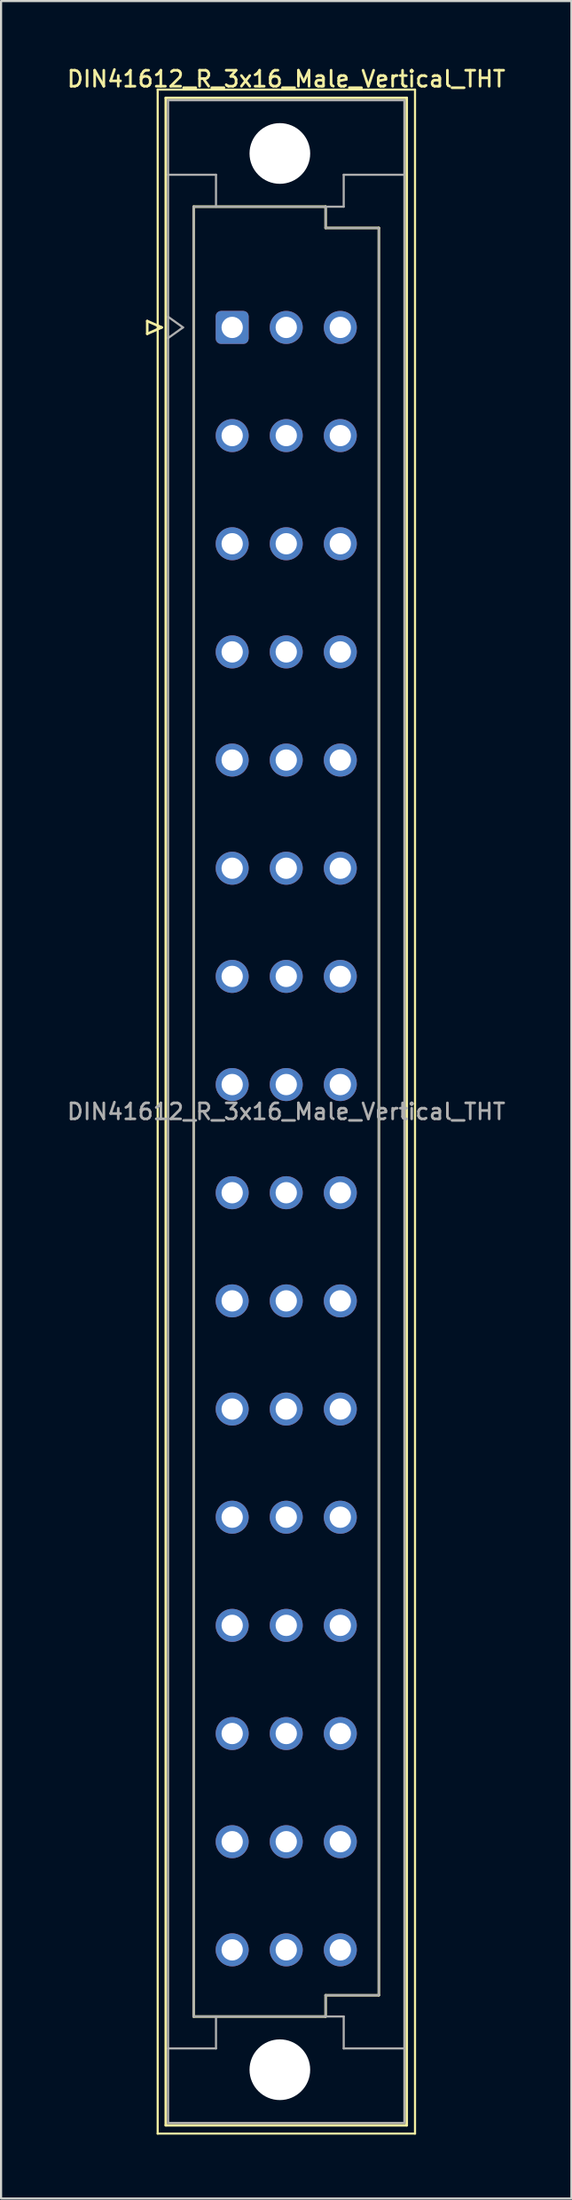
<source format=kicad_pcb>
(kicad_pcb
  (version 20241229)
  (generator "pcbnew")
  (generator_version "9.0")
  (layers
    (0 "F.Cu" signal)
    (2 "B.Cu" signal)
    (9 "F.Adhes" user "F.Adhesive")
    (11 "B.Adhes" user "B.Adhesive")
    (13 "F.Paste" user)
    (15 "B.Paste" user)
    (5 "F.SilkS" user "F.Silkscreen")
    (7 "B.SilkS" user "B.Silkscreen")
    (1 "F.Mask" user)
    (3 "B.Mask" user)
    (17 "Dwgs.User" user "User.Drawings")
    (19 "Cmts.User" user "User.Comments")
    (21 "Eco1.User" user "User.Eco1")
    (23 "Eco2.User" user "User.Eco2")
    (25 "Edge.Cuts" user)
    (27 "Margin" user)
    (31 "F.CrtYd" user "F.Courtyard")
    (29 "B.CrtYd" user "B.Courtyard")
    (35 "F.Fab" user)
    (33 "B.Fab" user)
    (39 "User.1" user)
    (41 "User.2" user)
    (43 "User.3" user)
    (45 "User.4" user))
  (footprint "DIN41612_R_3x16_Male_Vertical_THT"
    (layer "F.Cu")
    (at 7.858 9.788)
    (property "Reference" "DIN41612_R_3x16_Male_Vertical_THT" (at 2.54 -9.13 0) (layer "F.SilkS") (effects (font (size 0.75 0.75) (thickness 0.125))))
    (attr through_hole)
    (fp_line (start -3.99 2.24) (end -3.99 2.84) (stroke (width 0.12) (type solid)) (layer "F.SilkS"))
    (fp_line (start -3.99 2.84) (end -3.31 2.54) (stroke (width 0.12) (type solid)) (layer "F.SilkS"))
    (fp_line (start -3.5 -8.63) (end 8.59 -8.63) (stroke (width 0.1) (type solid)) (layer "F.SilkS"))
    (fp_line (start -3.5 87.37) (end -3.5 -8.63) (stroke (width 0.1) (type solid)) (layer "F.SilkS"))
    (fp_line (start -3.31 2.54) (end -3.99 2.24) (stroke (width 0.12) (type solid)) (layer "F.SilkS"))
    (fp_line (start -3.12 -8.24) (end 8.2 -8.24) (stroke (width 0.12) (type solid)) (layer "F.SilkS"))
    (fp_line (start -3.12 86.98) (end -3.12 -8.24) (stroke (width 0.12) (type solid)) (layer "F.SilkS"))
    (fp_line (start -1.81 -3.131) (end 4.39 -3.131) (stroke (width 0.12) (type solid)) (layer "F.SilkS"))
    (fp_line (start -1.81 81.87) (end -1.81 -3.131) (stroke (width 0.12) (type solid)) (layer "F.SilkS"))
    (fp_line (start 4.39 -3.131) (end 4.39 -2.131) (stroke (width 0.12) (type solid)) (layer "F.SilkS"))
    (fp_line (start 4.39 -2.131) (end 6.89 -2.131) (stroke (width 0.12) (type solid)) (layer "F.SilkS"))
    (fp_line (start 4.39 80.87) (end 4.39 81.87) (stroke (width 0.12) (type solid)) (layer "F.SilkS"))
    (fp_line (start 4.39 81.87) (end -1.81 81.87) (stroke (width 0.12) (type solid)) (layer "F.SilkS"))
    (fp_line (start 6.89 -2.131) (end 6.89 80.87) (stroke (width 0.12) (type solid)) (layer "F.SilkS"))
    (fp_line (start 6.89 80.87) (end 4.39 80.87) (stroke (width 0.12) (type solid)) (layer "F.SilkS"))
    (fp_line (start 8.2 -8.24) (end 8.2 86.98) (stroke (width 0.12) (type solid)) (layer "F.SilkS"))
    (fp_line (start 8.2 86.98) (end -3.12 86.98) (stroke (width 0.12) (type solid)) (layer "F.SilkS"))
    (fp_line (start 8.59 -8.63) (end 8.59 87.37) (stroke (width 0.1) (type solid)) (layer "F.SilkS"))
    (fp_line (start 8.59 87.37) (end -3.5 87.37) (stroke (width 0.1) (type solid)) (layer "F.SilkS"))
    (fp_line (start -3.01 -8.13) (end 8.09 -8.13) (stroke (width 0.1) (type solid)) (layer "F.Fab"))
    (fp_line (start -3.01 -4.63) (end -0.76 -4.63) (stroke (width 0.1) (type solid)) (layer "F.Fab"))
    (fp_line (start -3.01 2.04) (end -2.31 2.54) (stroke (width 0.1) (type solid)) (layer "F.Fab"))
    (fp_line (start -3.01 83.37) (end -0.76 83.37) (stroke (width 0.1) (type solid)) (layer "F.Fab"))
    (fp_line (start -3.01 86.87) (end -3.01 -8.13) (stroke (width 0.1) (type solid)) (layer "F.Fab"))
    (fp_line (start -2.31 2.54) (end -3.01 3.04) (stroke (width 0.1) (type solid)) (layer "F.Fab"))
    (fp_line (start -1.81 -3.13) (end 4.39 -3.13) (stroke (width 0.1) (type solid)) (layer "F.Fab"))
    (fp_line (start -1.81 81.87) (end -1.81 -3.13) (stroke (width 0.1) (type solid)) (layer "F.Fab"))
    (fp_line (start -0.76 -4.63) (end -0.76 -3.13) (stroke (width 0.1) (type solid)) (layer "F.Fab"))
    (fp_line (start -0.76 83.37) (end -0.76 81.87) (stroke (width 0.1) (type solid)) (layer "F.Fab"))
    (fp_line (start 4.39 -3.13) (end 4.39 -2.13) (stroke (width 0.1) (type solid)) (layer "F.Fab"))
    (fp_line (start 4.39 -3.13) (end 5.24 -3.13) (stroke (width 0.1) (type solid)) (layer "F.Fab"))
    (fp_line (start 4.39 -2.13) (end 6.89 -2.13) (stroke (width 0.1) (type solid)) (layer "F.Fab"))
    (fp_line (start 4.39 80.87) (end 4.39 81.87) (stroke (width 0.1) (type solid)) (layer "F.Fab"))
    (fp_line (start 4.39 81.87) (end -1.81 81.87) (stroke (width 0.1) (type solid)) (layer "F.Fab"))
    (fp_line (start 4.39 81.87) (end 5.24 81.87) (stroke (width 0.1) (type solid)) (layer "F.Fab"))
    (fp_line (start 5.24 -4.63) (end 8.09 -4.63) (stroke (width 0.1) (type solid)) (layer "F.Fab"))
    (fp_line (start 5.24 -3.13) (end 5.24 -4.63) (stroke (width 0.1) (type solid)) (layer "F.Fab"))
    (fp_line (start 5.24 81.87) (end 5.24 83.37) (stroke (width 0.1) (type solid)) (layer "F.Fab"))
    (fp_line (start 5.24 83.37) (end 8.09 83.37) (stroke (width 0.1) (type solid)) (layer "F.Fab"))
    (fp_line (start 6.89 -2.13) (end 6.89 80.87) (stroke (width 0.1) (type solid)) (layer "F.Fab"))
    (fp_line (start 6.89 80.87) (end 4.39 80.87) (stroke (width 0.1) (type solid)) (layer "F.Fab"))
    (fp_line (start 8.09 -8.13) (end 8.09 86.87) (stroke (width 0.1) (type solid)) (layer "F.Fab"))
    (fp_line (start 8.09 86.87) (end -3.01 86.87) (stroke (width 0.1) (type solid)) (layer "F.Fab"))
    (fp_text user "${REFERENCE}" (at 2.54 39.37 0) (layer "F.Fab") (effects (font (size 0.75 0.75) (thickness 0.125))))
    (pad "" np_thru_hole circle (at 2.24 -5.63) (size 2.85 2.85) (drill 2.85) (layers "*.Cu" "*.Mask"))
    (pad "" np_thru_hole circle (at 2.24 84.37) (size 2.85 2.85) (drill 2.85) (layers "*.Cu" "*.Mask"))
    (pad "a2" thru_hole roundrect (at 0 2.54) (size 1.55 1.55) (drill 1) (layers "*.Cu" "*.Mask") (roundrect_rratio 0.161))
    (pad "a4" thru_hole circle (at 0 7.62) (size 1.55 1.55) (drill 1) (layers "*.Cu" "*.Mask"))
    (pad "a6" thru_hole circle (at 0 12.7) (size 1.55 1.55) (drill 1) (layers "*.Cu" "*.Mask"))
    (pad "a8" thru_hole circle (at 0 17.78) (size 1.55 1.55) (drill 1) (layers "*.Cu" "*.Mask"))
    (pad "a10" thru_hole circle (at 0 22.86) (size 1.55 1.55) (drill 1) (layers "*.Cu" "*.Mask"))
    (pad "a12" thru_hole circle (at 0 27.94) (size 1.55 1.55) (drill 1) (layers "*.Cu" "*.Mask"))
    (pad "a14" thru_hole circle (at 0 33.02) (size 1.55 1.55) (drill 1) (layers "*.Cu" "*.Mask"))
    (pad "a16" thru_hole circle (at 0 38.1) (size 1.55 1.55) (drill 1) (layers "*.Cu" "*.Mask"))
    (pad "a18" thru_hole circle (at 0 43.18) (size 1.55 1.55) (drill 1) (layers "*.Cu" "*.Mask"))
    (pad "a20" thru_hole circle (at 0 48.26) (size 1.55 1.55) (drill 1) (layers "*.Cu" "*.Mask"))
    (pad "a22" thru_hole circle (at 0 53.34) (size 1.55 1.55) (drill 1) (layers "*.Cu" "*.Mask"))
    (pad "a24" thru_hole circle (at 0 58.42) (size 1.55 1.55) (drill 1) (layers "*.Cu" "*.Mask"))
    (pad "a26" thru_hole circle (at 0 63.5) (size 1.55 1.55) (drill 1) (layers "*.Cu" "*.Mask"))
    (pad "a28" thru_hole circle (at 0 68.58) (size 1.55 1.55) (drill 1) (layers "*.Cu" "*.Mask"))
    (pad "a30" thru_hole circle (at 0 73.66) (size 1.55 1.55) (drill 1) (layers "*.Cu" "*.Mask"))
    (pad "a32" thru_hole circle (at 0 78.74) (size 1.55 1.55) (drill 1) (layers "*.Cu" "*.Mask"))
    (pad "b2" thru_hole circle (at 2.54 2.54) (size 1.55 1.55) (drill 1) (layers "*.Cu" "*.Mask"))
    (pad "b4" thru_hole circle (at 2.54 7.62) (size 1.55 1.55) (drill 1) (layers "*.Cu" "*.Mask"))
    (pad "b6" thru_hole circle (at 2.54 12.7) (size 1.55 1.55) (drill 1) (layers "*.Cu" "*.Mask"))
    (pad "b8" thru_hole circle (at 2.54 17.78) (size 1.55 1.55) (drill 1) (layers "*.Cu" "*.Mask"))
    (pad "b10" thru_hole circle (at 2.54 22.86) (size 1.55 1.55) (drill 1) (layers "*.Cu" "*.Mask"))
    (pad "b12" thru_hole circle (at 2.54 27.94) (size 1.55 1.55) (drill 1) (layers "*.Cu" "*.Mask"))
    (pad "b14" thru_hole circle (at 2.54 33.02) (size 1.55 1.55) (drill 1) (layers "*.Cu" "*.Mask"))
    (pad "b16" thru_hole circle (at 2.54 38.1) (size 1.55 1.55) (drill 1) (layers "*.Cu" "*.Mask"))
    (pad "b18" thru_hole circle (at 2.54 43.18) (size 1.55 1.55) (drill 1) (layers "*.Cu" "*.Mask"))
    (pad "b20" thru_hole circle (at 2.54 48.26) (size 1.55 1.55) (drill 1) (layers "*.Cu" "*.Mask"))
    (pad "b22" thru_hole circle (at 2.54 53.34) (size 1.55 1.55) (drill 1) (layers "*.Cu" "*.Mask"))
    (pad "b24" thru_hole circle (at 2.54 58.42) (size 1.55 1.55) (drill 1) (layers "*.Cu" "*.Mask"))
    (pad "b26" thru_hole circle (at 2.54 63.5) (size 1.55 1.55) (drill 1) (layers "*.Cu" "*.Mask"))
    (pad "b28" thru_hole circle (at 2.54 68.58) (size 1.55 1.55) (drill 1) (layers "*.Cu" "*.Mask"))
    (pad "b30" thru_hole circle (at 2.54 73.66) (size 1.55 1.55) (drill 1) (layers "*.Cu" "*.Mask"))
    (pad "b32" thru_hole circle (at 2.54 78.74) (size 1.55 1.55) (drill 1) (layers "*.Cu" "*.Mask"))
    (pad "c2" thru_hole circle (at 5.08 2.54) (size 1.55 1.55) (drill 1) (layers "*.Cu" "*.Mask"))
    (pad "c4" thru_hole circle (at 5.08 7.62) (size 1.55 1.55) (drill 1) (layers "*.Cu" "*.Mask"))
    (pad "c6" thru_hole circle (at 5.08 12.7) (size 1.55 1.55) (drill 1) (layers "*.Cu" "*.Mask"))
    (pad "c8" thru_hole circle (at 5.08 17.78) (size 1.55 1.55) (drill 1) (layers "*.Cu" "*.Mask"))
    (pad "c10" thru_hole circle (at 5.08 22.86) (size 1.55 1.55) (drill 1) (layers "*.Cu" "*.Mask"))
    (pad "c12" thru_hole circle (at 5.08 27.94) (size 1.55 1.55) (drill 1) (layers "*.Cu" "*.Mask"))
    (pad "c14" thru_hole circle (at 5.08 33.02) (size 1.55 1.55) (drill 1) (layers "*.Cu" "*.Mask"))
    (pad "c16" thru_hole circle (at 5.08 38.1) (size 1.55 1.55) (drill 1) (layers "*.Cu" "*.Mask"))
    (pad "c18" thru_hole circle (at 5.08 43.18) (size 1.55 1.55) (drill 1) (layers "*.Cu" "*.Mask"))
    (pad "c20" thru_hole circle (at 5.08 48.26) (size 1.55 1.55) (drill 1) (layers "*.Cu" "*.Mask"))
    (pad "c22" thru_hole circle (at 5.08 53.34) (size 1.55 1.55) (drill 1) (layers "*.Cu" "*.Mask"))
    (pad "c24" thru_hole circle (at 5.08 58.42) (size 1.55 1.55) (drill 1) (layers "*.Cu" "*.Mask"))
    (pad "c26" thru_hole circle (at 5.08 63.5) (size 1.55 1.55) (drill 1) (layers "*.Cu" "*.Mask"))
    (pad "c28" thru_hole circle (at 5.08 68.58) (size 1.55 1.55) (drill 1) (layers "*.Cu" "*.Mask"))
    (pad "c30" thru_hole circle (at 5.08 73.66) (size 1.55 1.55) (drill 1) (layers "*.Cu" "*.Mask"))
    (pad "c32" thru_hole circle (at 5.08 78.74) (size 1.55 1.55) (drill 1) (layers "*.Cu" "*.Mask")))
  (gr_rect
    (start -3 -3)
    (end 23.796 100.208)
    (stroke (width 0.1) (type default))
    (fill no)
    (layer "Edge.Cuts")))
</source>
